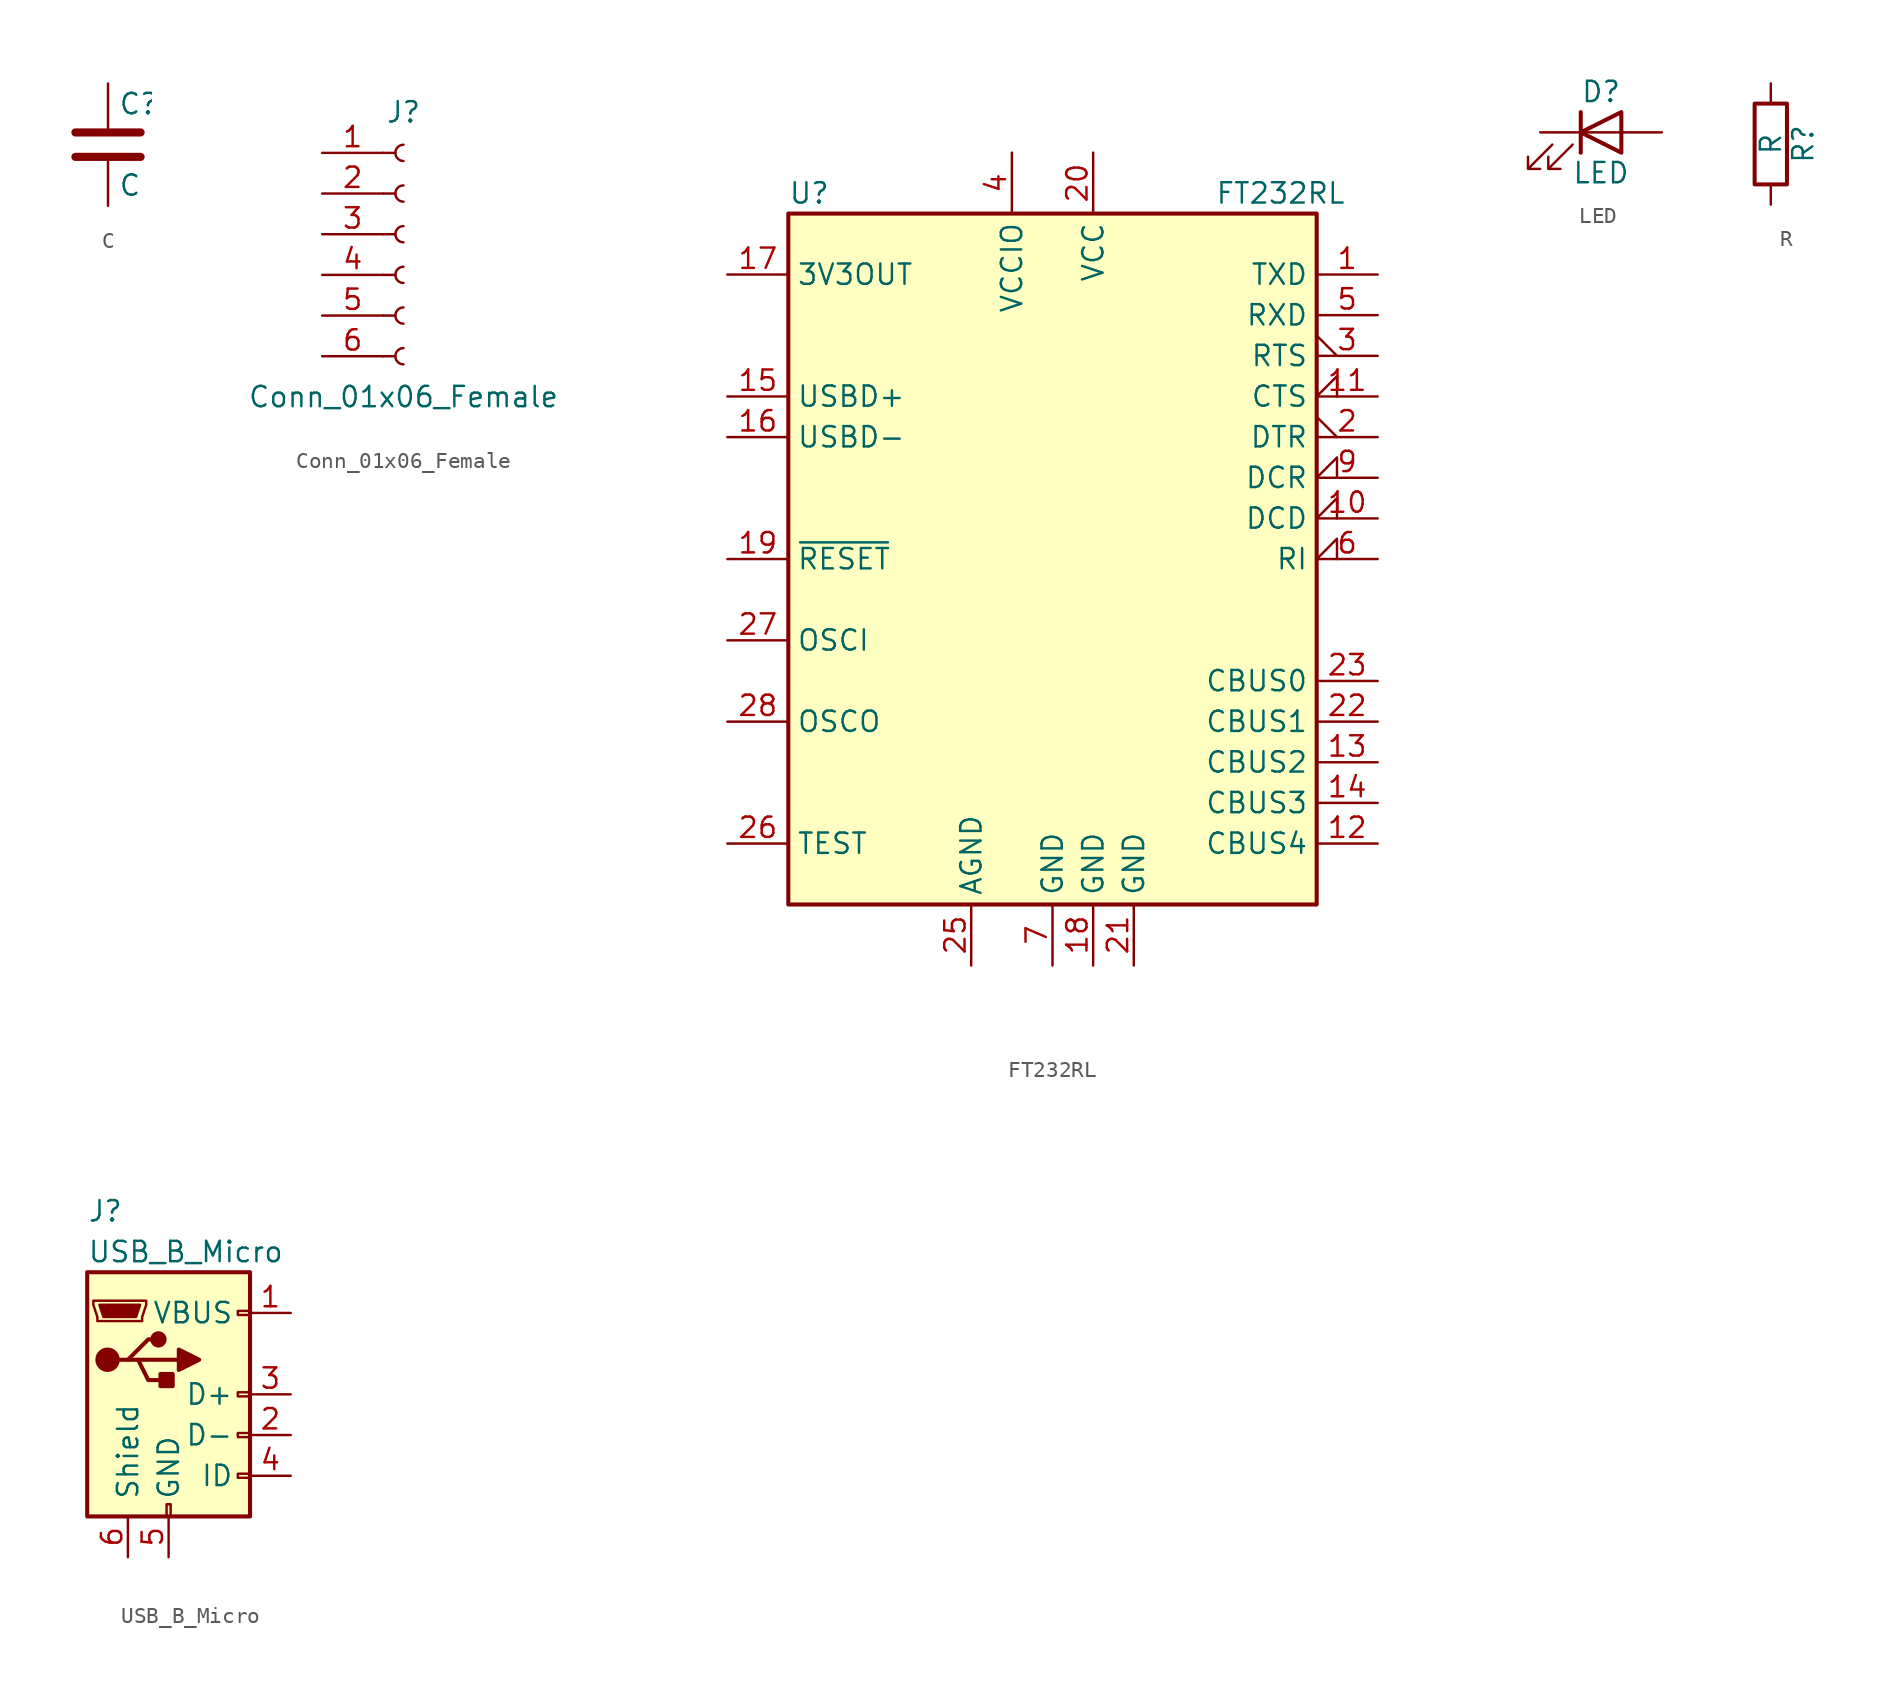
<source format=kicad_sym>
(kicad_symbol_lib
  (version 20201005)
  (generator kicad_symbol_editor)
  (symbol "FTDI_Basic_Breakout:C"
    (pin_numbers hide)
    (pin_names
      (offset 0.254))
    (property "Reference" "C"
      (at 0.635 2.54 0)
      (effects (font (size 1.27 1.27)) (justify left)))
    (property "Value" "C"
      (at 0.635 -2.54 0)
      (effects (font (size 1.27 1.27)) (justify left)))
    (symbol "C_0_1"
      (polyline (pts (xy -2.032 -0.762) (xy 2.032 -0.762)) (stroke (width 0.508)) (fill (type none)))
      (polyline (pts (xy -2.032 0.762) (xy 2.032 0.762)) (stroke (width 0.508)) (fill (type none))))
    (symbol "C_1_1"
      (pin passive line (at 0 3.81 270) (length 2.794) (name "~" (effects (font (size 1.27 1.27)))) (number "1" (effects (font (size 1.27 1.27)))))
      (pin passive line (at 0 -3.81 90) (length 2.794) (name "~" (effects (font (size 1.27 1.27)))) (number "2" (effects (font (size 1.27 1.27)))))))
  (symbol "FTDI_Basic_Breakout:Conn_01x06_Female"
    (pin_names
      (offset 1.016) hide)
    (property "Reference" "J"
      (at 0 7.62 0)
      (effects (font (size 1.27 1.27))))
    (property "Value" "Conn_01x06_Female"
      (at 0 -10.16 0)
      (effects (font (size 1.27 1.27))))
    (symbol "Conn_01x06_Female_1_1"
      (arc (start 0 -7.112) (end 0 -8.128) (radius (at 0 -7.62) (length 0.508) (angles 90.1 -90.1)) (stroke (width 0.1524)) (fill (type none)))
      (arc (start 0 -4.572) (end 0 -5.588) (radius (at 0 -5.08) (length 0.508) (angles 90.1 -90.1)) (stroke (width 0.1524)) (fill (type none)))
      (arc (start 0 -2.032) (end 0 -3.048) (radius (at 0 -2.54) (length 0.508) (angles 90.1 -90.1)) (stroke (width 0.1524)) (fill (type none)))
      (arc (start 0 0.508) (end 0 -0.508) (radius (at 0 0) (length 0.508) (angles 90.1 -90.1)) (stroke (width 0.1524)) (fill (type none)))
      (arc (start 0 3.048) (end 0 2.032) (radius (at 0 2.54) (length 0.508) (angles 90.1 -90.1)) (stroke (width 0.1524)) (fill (type none)))
      (arc (start 0 5.588) (end 0 4.572) (radius (at 0 5.08) (length 0.508) (angles 90.1 -90.1)) (stroke (width 0.1524)) (fill (type none)))
      (polyline (pts (xy -1.27 -7.62) (xy -0.508 -7.62)) (stroke (width 0.152)) (fill (type none)))
      (polyline (pts (xy -1.27 -5.08) (xy -0.508 -5.08)) (stroke (width 0.152)) (fill (type none)))
      (polyline (pts (xy -1.27 -2.54) (xy -0.508 -2.54)) (stroke (width 0.152)) (fill (type none)))
      (polyline (pts (xy -1.27 0) (xy -0.508 0)) (stroke (width 0.152)) (fill (type none)))
      (polyline (pts (xy -1.27 2.54) (xy -0.508 2.54)) (stroke (width 0.152)) (fill (type none)))
      (polyline (pts (xy -1.27 5.08) (xy -0.508 5.08)) (stroke (width 0.152)) (fill (type none)))
      (pin passive line (at -5.08 5.08 0) (length 3.81) (name "Pin_1" (effects (font (size 1.27 1.27)))) (number "1" (effects (font (size 1.27 1.27)))))
      (pin passive line (at -5.08 2.54 0) (length 3.81) (name "Pin_2" (effects (font (size 1.27 1.27)))) (number "2" (effects (font (size 1.27 1.27)))))
      (pin passive line (at -5.08 0 0) (length 3.81) (name "Pin_3" (effects (font (size 1.27 1.27)))) (number "3" (effects (font (size 1.27 1.27)))))
      (pin passive line (at -5.08 -2.54 0) (length 3.81) (name "Pin_4" (effects (font (size 1.27 1.27)))) (number "4" (effects (font (size 1.27 1.27)))))
      (pin passive line (at -5.08 -5.08 0) (length 3.81) (name "Pin_5" (effects (font (size 1.27 1.27)))) (number "5" (effects (font (size 1.27 1.27)))))
      (pin passive line (at -5.08 -7.62 0) (length 3.81) (name "Pin_6" (effects (font (size 1.27 1.27)))) (number "6" (effects (font (size 1.27 1.27)))))))
  (symbol "FTDI_Basic_Breakout:FT232RL"
    (property "Reference" "U"
      (at -16.51 22.86 0)
      (effects (font (size 1.27 1.27)) (justify left)))
    (property "Value" "FT232RL"
      (at 10.16 22.86 0)
      (effects (font (size 1.27 1.27)) (justify left)))
    (symbol "FT232RL_0_1"
      (rectangle (start -16.51 21.59) (end 16.51 -21.59) (stroke (width 0.254)) (fill (type background))))
    (symbol "FT232RL_1_1"
      (pin output line (at 20.32 17.78 180) (length 3.81) (name "TXD" (effects (font (size 1.27 1.27)))) (number "1" (effects (font (size 1.27 1.27)))))
      (pin input input_low (at 20.32 2.54 180) (length 3.81) (name "DCD" (effects (font (size 1.27 1.27)))) (number "10" (effects (font (size 1.27 1.27)))))
      (pin input input_low (at 20.32 10.16 180) (length 3.81) (name "CTS" (effects (font (size 1.27 1.27)))) (number "11" (effects (font (size 1.27 1.27)))))
      (pin bidirectional line (at 20.32 -17.78 180) (length 3.81) (name "CBUS4" (effects (font (size 1.27 1.27)))) (number "12" (effects (font (size 1.27 1.27)))))
      (pin bidirectional line (at 20.32 -12.7 180) (length 3.81) (name "CBUS2" (effects (font (size 1.27 1.27)))) (number "13" (effects (font (size 1.27 1.27)))))
      (pin bidirectional line (at 20.32 -15.24 180) (length 3.81) (name "CBUS3" (effects (font (size 1.27 1.27)))) (number "14" (effects (font (size 1.27 1.27)))))
      (pin bidirectional line (at -20.32 10.16 0) (length 3.81) (name "USBD+" (effects (font (size 1.27 1.27)))) (number "15" (effects (font (size 1.27 1.27)))))
      (pin bidirectional line (at -20.32 7.62 0) (length 3.81) (name "USBD-" (effects (font (size 1.27 1.27)))) (number "16" (effects (font (size 1.27 1.27)))))
      (pin power_out line (at -20.32 17.78 0) (length 3.81) (name "3V3OUT" (effects (font (size 1.27 1.27)))) (number "17" (effects (font (size 1.27 1.27)))))
      (pin power_in line (at 2.54 -25.4 90) (length 3.81) (name "GND" (effects (font (size 1.27 1.27)))) (number "18" (effects (font (size 1.27 1.27)))))
      (pin input line (at -20.32 0 0) (length 3.81) (name "~RESET~" (effects (font (size 1.27 1.27)))) (number "19" (effects (font (size 1.27 1.27)))))
      (pin output output_low (at 20.32 7.62 180) (length 3.81) (name "DTR" (effects (font (size 1.27 1.27)))) (number "2" (effects (font (size 1.27 1.27)))))
      (pin power_in line (at 2.54 25.4 270) (length 3.81) (name "VCC" (effects (font (size 1.27 1.27)))) (number "20" (effects (font (size 1.27 1.27)))))
      (pin power_in line (at 5.08 -25.4 90) (length 3.81) (name "GND" (effects (font (size 1.27 1.27)))) (number "21" (effects (font (size 1.27 1.27)))))
      (pin bidirectional line (at 20.32 -10.16 180) (length 3.81) (name "CBUS1" (effects (font (size 1.27 1.27)))) (number "22" (effects (font (size 1.27 1.27)))))
      (pin bidirectional line (at 20.32 -7.62 180) (length 3.81) (name "CBUS0" (effects (font (size 1.27 1.27)))) (number "23" (effects (font (size 1.27 1.27)))))
      (pin power_in line (at -5.08 -25.4 90) (length 3.81) (name "AGND" (effects (font (size 1.27 1.27)))) (number "25" (effects (font (size 1.27 1.27)))))
      (pin input line (at -20.32 -17.78 0) (length 3.81) (name "TEST" (effects (font (size 1.27 1.27)))) (number "26" (effects (font (size 1.27 1.27)))))
      (pin input line (at -20.32 -5.08 0) (length 3.81) (name "OSCI" (effects (font (size 1.27 1.27)))) (number "27" (effects (font (size 1.27 1.27)))))
      (pin output line (at -20.32 -10.16 0) (length 3.81) (name "OSCO" (effects (font (size 1.27 1.27)))) (number "28" (effects (font (size 1.27 1.27)))))
      (pin output output_low (at 20.32 12.7 180) (length 3.81) (name "RTS" (effects (font (size 1.27 1.27)))) (number "3" (effects (font (size 1.27 1.27)))))
      (pin power_in line (at -2.54 25.4 270) (length 3.81) (name "VCCIO" (effects (font (size 1.27 1.27)))) (number "4" (effects (font (size 1.27 1.27)))))
      (pin input line (at 20.32 15.24 180) (length 3.81) (name "RXD" (effects (font (size 1.27 1.27)))) (number "5" (effects (font (size 1.27 1.27)))))
      (pin input input_low (at 20.32 0 180) (length 3.81) (name "RI" (effects (font (size 1.27 1.27)))) (number "6" (effects (font (size 1.27 1.27)))))
      (pin power_in line (at 0 -25.4 90) (length 3.81) (name "GND" (effects (font (size 1.27 1.27)))) (number "7" (effects (font (size 1.27 1.27)))))
      (pin input input_low (at 20.32 5.08 180) (length 3.81) (name "DCR" (effects (font (size 1.27 1.27)))) (number "9" (effects (font (size 1.27 1.27)))))))
  (symbol "FTDI_Basic_Breakout:LED"
    (pin_numbers hide)
    (pin_names
      (offset 1.016) hide)
    (property "Reference" "D"
      (at 0 2.54 0)
      (effects (font (size 1.27 1.27))))
    (property "Value" "LED"
      (at 0 -2.54 0)
      (effects (font (size 1.27 1.27))))
    (symbol "LED_0_1"
      (polyline (pts (xy -1.27 -1.27) (xy -1.27 1.27)) (stroke (width 0.254)) (fill (type none)))
      (polyline (pts (xy -1.27 0) (xy 1.27 0)) (stroke (width 0)) (fill (type none)))
      (polyline (pts (xy 1.27 -1.27) (xy 1.27 1.27) (xy -1.27 0) (xy 1.27 -1.27)) (stroke (width 0.254)) (fill (type none)))
      (polyline (pts (xy -3.048 -0.762) (xy -4.572 -2.286) (xy -3.81 -2.286) (xy -4.572 -2.286) (xy -4.572 -1.524)) (stroke (width 0)) (fill (type none)))
      (polyline (pts (xy -1.778 -0.762) (xy -3.302 -2.286) (xy -2.54 -2.286) (xy -3.302 -2.286) (xy -3.302 -1.524)) (stroke (width 0)) (fill (type none))))
    (symbol "LED_1_1"
      (pin passive line (at -3.81 0 0) (length 2.54) (name "K" (effects (font (size 1.27 1.27)))) (number "1" (effects (font (size 1.27 1.27)))))
      (pin passive line (at 3.81 0 180) (length 2.54) (name "A" (effects (font (size 1.27 1.27)))) (number "2" (effects (font (size 1.27 1.27)))))))
  (symbol "FTDI_Basic_Breakout:R"
    (pin_numbers hide)
    (pin_names
      (offset 0))
    (property "Reference" "R"
      (at 2.032 0 90)
      (effects (font (size 1.27 1.27))))
    (property "Value" "R"
      (at 0 0 90)
      (effects (font (size 1.27 1.27))))
    (symbol "R_0_1"
      (rectangle (start -1.016 -2.54) (end 1.016 2.54) (stroke (width 0.254)) (fill (type none))))
    (symbol "R_1_1"
      (pin passive line (at 0 3.81 270) (length 1.27) (name "~" (effects (font (size 1.27 1.27)))) (number "1" (effects (font (size 1.27 1.27)))))
      (pin passive line (at 0 -3.81 90) (length 1.27) (name "~" (effects (font (size 1.27 1.27)))) (number "2" (effects (font (size 1.27 1.27)))))))
  (symbol "FTDI_Basic_Breakout:USB_B_Micro"
    (pin_names
      (offset 1.016))
    (property "Reference" "J"
      (at -5.08 11.43 0)
      (effects (font (size 1.27 1.27)) (justify left)))
    (property "Value" "USB_B_Micro"
      (at -5.08 8.89 0)
      (effects (font (size 1.27 1.27)) (justify left)))
    (symbol "USB_B_Micro_0_1"
      (circle (center -3.81 2.159) (radius 0.635) (stroke (width 0.254)) (fill (type outline)))
      (circle (center -0.635 3.429) (radius 0.381) (stroke (width 0.254)) (fill (type outline)))
      (rectangle (start -0.127 -7.62) (end 0.127 -6.858) (stroke (width 0)) (fill (type none)))
      (rectangle (start 5.08 -5.207) (end 4.318 -4.953) (stroke (width 0)) (fill (type none)))
      (rectangle (start 5.08 -2.667) (end 4.318 -2.413) (stroke (width 0)) (fill (type none)))
      (rectangle (start 5.08 -0.127) (end 4.318 0.127) (stroke (width 0)) (fill (type none)))
      (rectangle (start 5.08 4.953) (end 4.318 5.207) (stroke (width 0)) (fill (type none)))
      (rectangle (start 0.254 1.27) (end -0.508 0.508) (stroke (width 0.254)) (fill (type outline)))
      (rectangle (start -5.08 -7.62) (end 5.08 7.62) (stroke (width 0.254)) (fill (type background)))
      (polyline (pts (xy -1.905 2.159) (xy 0.635 2.159)) (stroke (width 0.254)) (fill (type none)))
      (polyline (pts (xy -3.175 2.159) (xy -2.54 2.159) (xy -1.27 3.429) (xy -0.635 3.429)) (stroke (width 0.254)) (fill (type none)))
      (polyline (pts (xy -2.54 2.159) (xy -1.905 2.159) (xy -1.27 0.889) (xy 0 0.889)) (stroke (width 0.254)) (fill (type none)))
      (polyline (pts (xy -4.699 5.842) (xy -4.699 5.588) (xy -4.445 4.826) (xy -4.445 4.572) (xy -1.651 4.572) (xy -1.651 4.826) (xy -1.397 5.588) (xy -1.397 5.842) (xy -4.699 5.842)) (stroke (width 0)) (fill (type none)))
      (polyline (pts (xy 0.635 2.794) (xy 0.635 1.524) (xy 1.905 2.159) (xy 0.635 2.794)) (stroke (width 0.254)) (fill (type outline)))
      (polyline (pts (xy -4.318 5.588) (xy -1.778 5.588) (xy -2.032 4.826) (xy -4.064 4.826) (xy -4.318 5.588)) (stroke (width 0)) (fill (type outline))))
    (symbol "USB_B_Micro_1_1"
      (pin power_out line (at 7.62 5.08 180) (length 2.54) (name "VBUS" (effects (font (size 1.27 1.27)))) (number "1" (effects (font (size 1.27 1.27)))))
      (pin bidirectional line (at 7.62 -2.54 180) (length 2.54) (name "D-" (effects (font (size 1.27 1.27)))) (number "2" (effects (font (size 1.27 1.27)))))
      (pin bidirectional line (at 7.62 0 180) (length 2.54) (name "D+" (effects (font (size 1.27 1.27)))) (number "3" (effects (font (size 1.27 1.27)))))
      (pin passive line (at 7.62 -5.08 180) (length 2.54) (name "ID" (effects (font (size 1.27 1.27)))) (number "4" (effects (font (size 1.27 1.27)))))
      (pin power_out line (at 0 -10.16 90) (length 2.54) (name "GND" (effects (font (size 1.27 1.27)))) (number "5" (effects (font (size 1.27 1.27)))))
      (pin passive line (at -2.54 -10.16 90) (length 2.54) (name "Shield" (effects (font (size 1.27 1.27)))) (number "6" (effects (font (size 1.27 1.27))))))))
</source>
